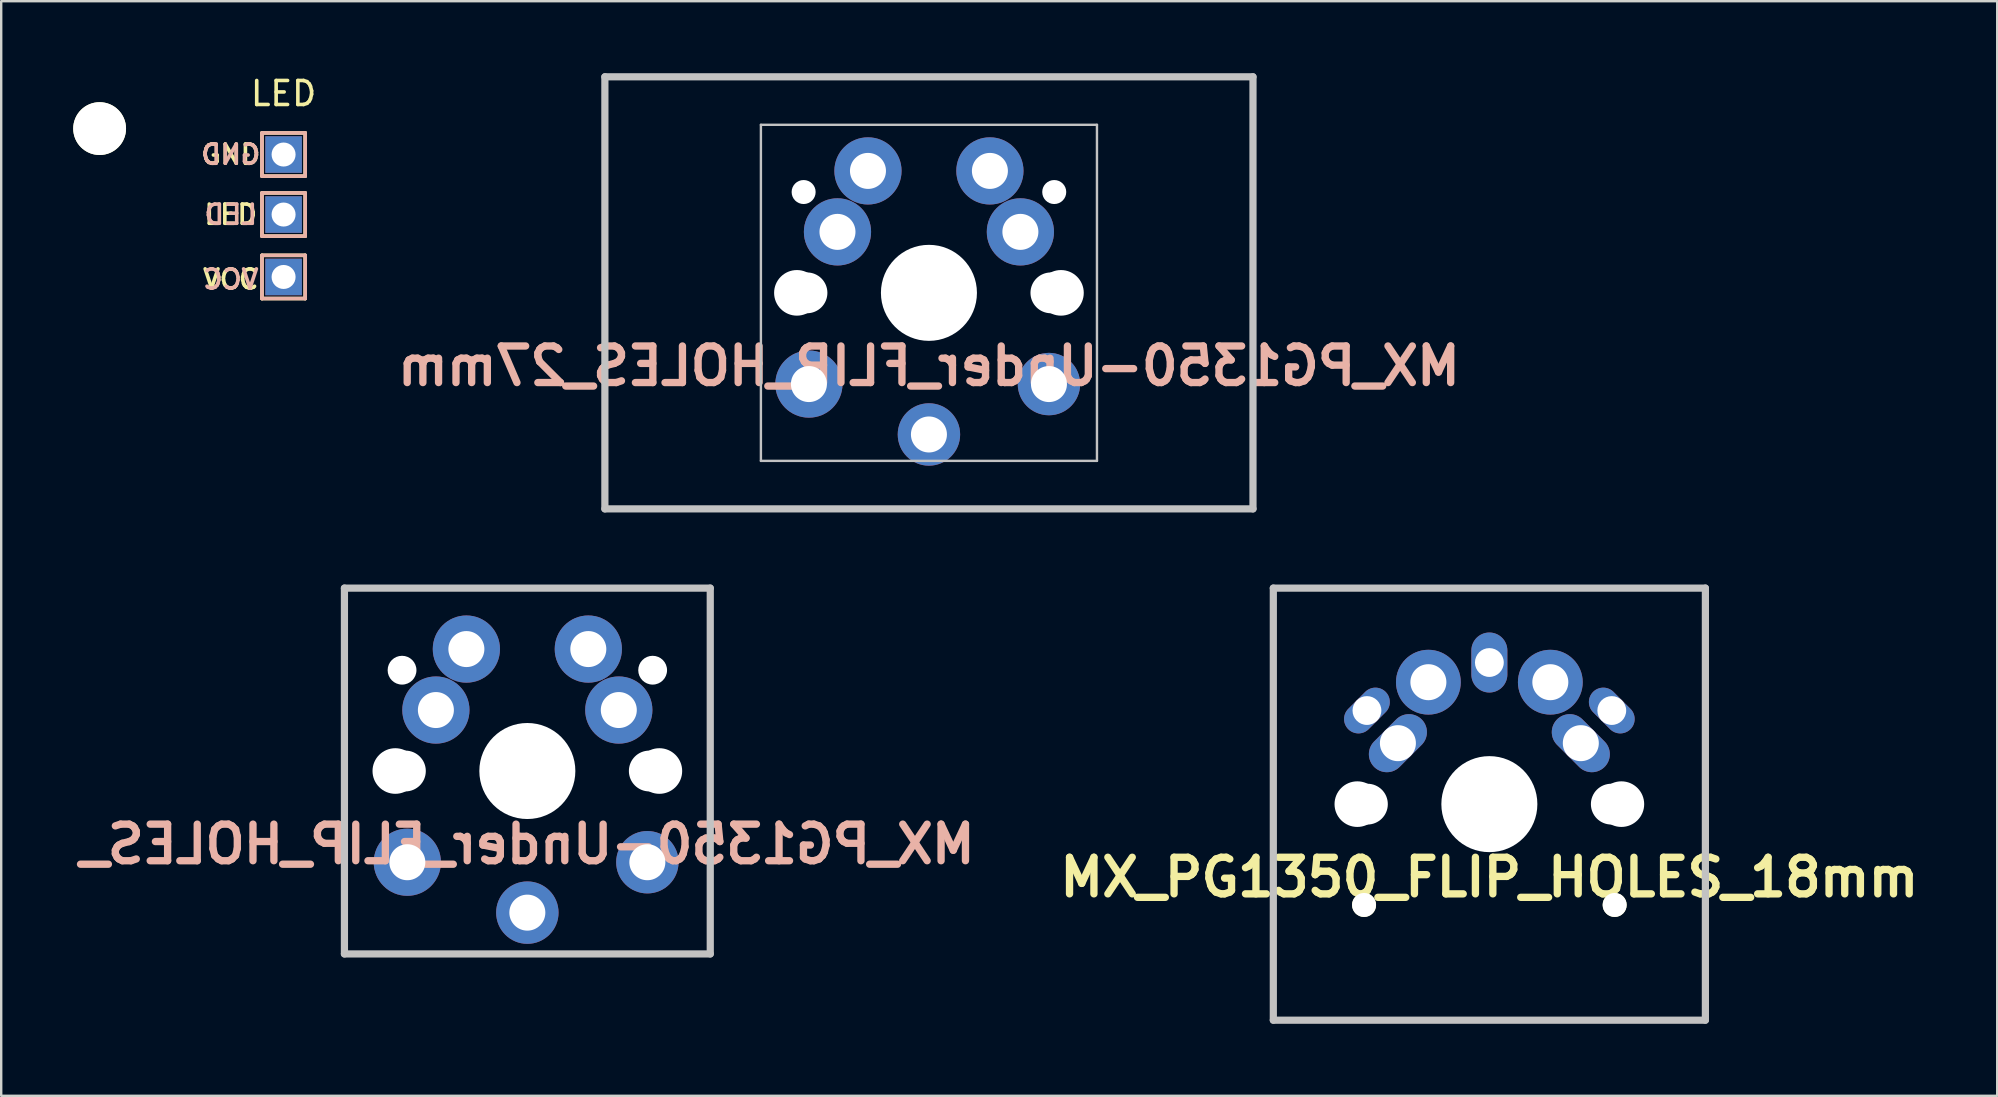
<source format=kicad_pcb>
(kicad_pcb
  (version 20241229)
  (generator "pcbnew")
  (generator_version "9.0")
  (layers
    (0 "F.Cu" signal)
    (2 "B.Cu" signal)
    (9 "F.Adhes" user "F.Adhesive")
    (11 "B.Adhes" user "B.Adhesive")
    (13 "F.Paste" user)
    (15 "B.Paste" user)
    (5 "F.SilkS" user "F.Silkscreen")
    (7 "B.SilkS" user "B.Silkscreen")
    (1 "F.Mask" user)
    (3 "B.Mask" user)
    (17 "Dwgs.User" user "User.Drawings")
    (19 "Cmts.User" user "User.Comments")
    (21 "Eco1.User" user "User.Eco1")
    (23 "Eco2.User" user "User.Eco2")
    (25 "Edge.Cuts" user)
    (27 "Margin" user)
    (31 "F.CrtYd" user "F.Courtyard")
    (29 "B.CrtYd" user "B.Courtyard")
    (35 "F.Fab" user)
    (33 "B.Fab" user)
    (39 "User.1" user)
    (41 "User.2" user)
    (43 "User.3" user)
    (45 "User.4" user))
  (footprint "MX_PG1350-Under_FLIP_HOLES_"
    (layer "F.Cu")
    (at 18.919 29.07)
    (property "Reference" "MX_PG1350-Under_FLIP_HOLES_" (at 0 3.048 0) (layer "B.SilkS") (effects (font (size 1.524 1.524) (thickness 0.305)) (justify mirror)))
    (attr through_hole)
    (fp_line (start -7.62 -7.62) (end 7.62 -7.62) (stroke (width 0.3) (type solid)) (layer "Dwgs.User"))
    (fp_line (start -7.62 7.62) (end -7.62 -7.62) (stroke (width 0.3) (type solid)) (layer "Dwgs.User"))
    (fp_line (start 7.62 -7.62) (end 7.62 7.62) (stroke (width 0.3) (type solid)) (layer "Dwgs.User"))
    (fp_line (start 7.62 7.62) (end -7.62 7.62) (stroke (width 0.3) (type solid)) (layer "Dwgs.User"))
    (pad "" np_thru_hole circle (at -5.5 0) (size 1.9 1.9) (drill 1.9) (layers "*.Cu" "*.Mask"))
    (pad "" np_thru_hole circle (at -5.22 -4.2) (size 1.2 1.2) (drill 1.2) (layers "*.Cu" "*.Mask"))
    (pad "" np_thru_hole circle (at -5.08 0) (size 1.7 1.7) (drill 1.7) (layers "*.Cu" "*.Mask"))
    (pad "" np_thru_hole circle (at 0 0) (size 4 4) (drill 4) (layers "*.Cu" "*.Mask"))
    (pad "" np_thru_hole circle (at 5.08 0) (size 1.7 1.7) (drill 1.7) (layers "*.Cu" "*.Mask"))
    (pad "" np_thru_hole circle (at 5.22 -4.2) (size 1.2 1.2) (drill 1.2) (layers "*.Cu" "*.Mask"))
    (pad "" np_thru_hole circle (at 5.5 0) (size 1.9 1.9) (drill 1.9) (layers "*.Cu" "*.Mask"))
    (pad "1" thru_hole circle (at -3.81 -2.54) (size 2.8 2.8) (drill 1.5) (layers "*.Cu" "*.Mask"))
    (pad "1" thru_hole circle (at -2.54 -5.08) (size 2.8 2.8) (drill 1.5) (layers "*.Cu" "*.Mask"))
    (pad "1" thru_hole circle (at 0 5.9) (size 2.6 2.6) (drill 1.5) (layers "*.Cu" "*.Mask"))
    (pad "2" thru_hole circle (at -5 3.8) (size 2.8 2.8) (drill 1.5) (layers "*.Cu" "*.Mask"))
    (pad "2" thru_hole circle (at 2.54 -5.08) (size 2.8 2.8) (drill 1.5) (layers "*.Cu" "*.Mask"))
    (pad "2" thru_hole circle (at 3.81 -2.54) (size 2.8 2.8) (drill 1.5) (layers "*.Cu" "*.Mask"))
    (pad "2" thru_hole circle (at 5 3.8) (size 2.6 2.6) (drill 1.5) (layers "*.Cu" "*.Mask")))
  (footprint "HOLE_M2"
    (layer "F.Cu")
    (at 1.1 2.307)
    (property "Reference" "HOLE_M2" (at 0 -2 0) (layer "Eco2.User") (effects (font (size 0.3 0.3) (thickness 0.075))))
    (attr through_hole)
    (pad "" np_thru_hole circle (at 0 0) (size 2.2 2.2) (drill 2.2) (layers "*.Cu" "*.Mask" "F.SilkS")))
  (footprint "MX_PG1350_FLIP_HOLES_18mm"
    (placed yes)
    (layer "F.Cu")
    (at 58.996 30.45)
    (property "Reference" "MX_PG1350_FLIP_HOLES_18mm" (at 0 3.048 0) (layer "F.SilkS") (effects (font (size 1.524 1.524) (thickness 0.305))))
    (attr through_hole)
    (fp_line (start -9 -9) (end 9 -9) (stroke (width 0.3) (type solid)) (layer "Dwgs.User"))
    (fp_line (start -9 9) (end -9 -9) (stroke (width 0.3) (type solid)) (layer "Dwgs.User"))
    (fp_line (start 9 -9) (end 9 9) (stroke (width 0.3) (type solid)) (layer "Dwgs.User"))
    (fp_line (start 9 9) (end -9 9) (stroke (width 0.3) (type solid)) (layer "Dwgs.User"))
    (pad "" np_thru_hole circle (at -5.5 0) (size 1.9 1.9) (drill 1.9) (layers "*.Cu" "*.Mask"))
    (pad "" np_thru_hole circle (at -5.22 4.2) (size 1 1) (drill 1) (layers "*.Cu" "*.Mask" "F.SilkS"))
    (pad "" np_thru_hole circle (at -5.08 0) (size 1.7 1.7) (drill 1.7) (layers "*.Cu" "*.Mask"))
    (pad "" np_thru_hole circle (at 0 0) (size 4 4) (drill 4) (layers "*.Cu" "*.Mask"))
    (pad "" np_thru_hole circle (at 5.08 0) (size 1.7 1.7) (drill 1.7) (layers "*.Cu" "*.Mask"))
    (pad "" np_thru_hole circle (at 5.22 4.2) (size 1 1) (drill 1) (layers "*.Cu" "*.Mask" "F.SilkS"))
    (pad "" np_thru_hole circle (at 5.5 0) (size 1.9 1.9) (drill 1.9) (layers "*.Cu" "*.Mask"))
    (pad "1" thru_hole oval (at -5.1 -3.9 45) (size 2.2 1.2) (drill oval 1.2) (layers "*.Cu" "*.Mask"))
    (pad "1" thru_hole oval (at -3.81 -2.54 45) (size 2.8 1.5) (drill oval 1.5) (layers "*.Cu" "*.Mask"))
    (pad "1" thru_hole circle (at -2.54 -5.08) (size 2.7 2.7) (drill 1.5) (layers "*.Cu" "*.Mask"))
    (pad "1" thru_hole oval (at 5.1 -3.9 315) (size 2.2 1.2) (drill oval 1.2) (layers "*.Cu" "*.Mask"))
    (pad "2" thru_hole oval (at 0 -5.9 90) (size 2.5 1.5) (drill 1.2) (layers "*.Cu" "*.Mask"))
    (pad "2" thru_hole circle (at 2.54 -5.08) (size 2.7 2.7) (drill 1.5) (layers "*.Cu" "*.Mask"))
    (pad "2" thru_hole oval (at 3.81 -2.54 315) (size 2.8 1.5) (drill 1.5) (layers "*.Cu" "*.Mask")))
  (footprint "MX_PG1350-Under_FLIP_HOLES_27mm"
    (layer "F.Cu")
    (at 35.649 9.15)
    (property "Reference" "MX_PG1350-Under_FLIP_HOLES_27mm" (at 0 3.048 0) (layer "B.SilkS") (effects (font (size 1.524 1.524) (thickness 0.305)) (justify mirror)))
    (attr through_hole)
    (fp_line (start -13.5 -9) (end 13.5 -9) (stroke (width 0.3) (type solid)) (layer "Dwgs.User"))
    (fp_line (start -13.5 9) (end -13.5 -9) (stroke (width 0.3) (type solid)) (layer "Dwgs.User"))
    (fp_line (start -7 -7) (end 7 -7) (stroke (width 0.1) (type solid)) (layer "Dwgs.User"))
    (fp_line (start -7 7) (end -7 -7) (stroke (width 0.1) (type solid)) (layer "Dwgs.User"))
    (fp_line (start 7 -7) (end 7 7) (stroke (width 0.1) (type solid)) (layer "Dwgs.User"))
    (fp_line (start 7 7) (end -7 7) (stroke (width 0.1) (type solid)) (layer "Dwgs.User"))
    (fp_line (start 13.5 -9) (end 13.5 9) (stroke (width 0.3) (type solid)) (layer "Dwgs.User"))
    (fp_line (start 13.5 9) (end -13.5 9) (stroke (width 0.3) (type solid)) (layer "Dwgs.User"))
    (pad "" np_thru_hole circle (at -5.5 0) (size 1.9 1.9) (drill 1.9) (layers "*.Cu" "*.Mask"))
    (pad "" np_thru_hole circle (at -5.22 -4.2) (size 1 1) (drill 1) (layers "*.Cu" "*.Mask"))
    (pad "" np_thru_hole circle (at -5.08 0) (size 1.7 1.7) (drill 1.7) (layers "*.Cu" "*.Mask"))
    (pad "" np_thru_hole circle (at 0 0) (size 4 4) (drill 4) (layers "*.Cu" "*.Mask"))
    (pad "" np_thru_hole circle (at 5.08 0) (size 1.7 1.7) (drill 1.7) (layers "*.Cu" "*.Mask"))
    (pad "" np_thru_hole circle (at 5.22 -4.2) (size 1 1) (drill 1) (layers "*.Cu" "*.Mask"))
    (pad "" np_thru_hole circle (at 5.5 0) (size 1.9 1.9) (drill 1.9) (layers "*.Cu" "*.Mask"))
    (pad "1" thru_hole circle (at -3.81 -2.54) (size 2.8 2.8) (drill 1.5) (layers "*.Cu" "*.Mask"))
    (pad "1" thru_hole circle (at -2.54 -5.08) (size 2.8 2.8) (drill 1.5) (layers "*.Cu" "*.Mask"))
    (pad "1" thru_hole circle (at 0 5.9) (size 2.6 2.6) (drill 1.5) (layers "*.Cu" "*.Mask"))
    (pad "2" thru_hole circle (at -5 3.8) (size 2.8 2.8) (drill 1.5) (layers "*.Cu" "*.Mask"))
    (pad "2" thru_hole circle (at 2.54 -5.08) (size 2.8 2.8) (drill 1.5) (layers "*.Cu" "*.Mask"))
    (pad "2" thru_hole circle (at 3.81 -2.54) (size 2.8 2.8) (drill 1.5) (layers "*.Cu" "*.Mask"))
    (pad "2" thru_hole circle (at 5 3.8) (size 2.6 2.6) (drill 1.5) (layers "*.Cu" "*.Mask")))
  (footprint "LED"
    (layer "F.Cu")
    (at 8.764 3.388)
    (property "Reference" "LED" (at 0 -2.54 0) (layer "F.SilkS") (effects (font (size 1 1) (thickness 0.15))))
    (attr through_hole)
    (fp_line (start -0.9 -0.9) (end 0.9 -0.9) (stroke (width 0.15) (type solid)) (layer "F.SilkS"))
    (fp_line (start -0.9 0.9) (end -0.9 -0.9) (stroke (width 0.15) (type solid)) (layer "F.SilkS"))
    (fp_line (start -0.9 1.6) (end -0.9 3.4) (stroke (width 0.15) (type solid)) (layer "F.SilkS"))
    (fp_line (start -0.9 1.6) (end 0.9 1.6) (stroke (width 0.15) (type solid)) (layer "F.SilkS"))
    (fp_line (start -0.9 4.2) (end -0.9 6) (stroke (width 0.15) (type solid)) (layer "F.SilkS"))
    (fp_line (start -0.9 4.2) (end 0.9 4.2) (stroke (width 0.15) (type solid)) (layer "F.SilkS"))
    (fp_line (start 0.9 -0.9) (end 0.9 0.9) (stroke (width 0.15) (type solid)) (layer "F.SilkS"))
    (fp_line (start 0.9 0.9) (end -0.9 0.9) (stroke (width 0.15) (type solid)) (layer "F.SilkS"))
    (fp_line (start 0.9 1.6) (end 0.9 3.4) (stroke (width 0.15) (type solid)) (layer "F.SilkS"))
    (fp_line (start 0.9 3.4) (end -0.9 3.4) (stroke (width 0.15) (type solid)) (layer "F.SilkS"))
    (fp_line (start 0.9 4.2) (end 0.9 6) (stroke (width 0.15) (type solid)) (layer "F.SilkS"))
    (fp_line (start 0.9 6) (end -0.9 6) (stroke (width 0.15) (type solid)) (layer "F.SilkS"))
    (fp_line (start -0.9 -0.9) (end 0.9 -0.9) (stroke (width 0.15) (type solid)) (layer "B.SilkS"))
    (fp_line (start -0.9 0.9) (end -0.9 -0.9) (stroke (width 0.15) (type solid)) (layer "B.SilkS"))
    (fp_line (start -0.9 1.6) (end 0.9 1.6) (stroke (width 0.15) (type solid)) (layer "B.SilkS"))
    (fp_line (start -0.9 3.4) (end -0.9 1.6) (stroke (width 0.15) (type solid)) (layer "B.SilkS"))
    (fp_line (start -0.9 4.2) (end 0.9 4.2) (stroke (width 0.15) (type solid)) (layer "B.SilkS"))
    (fp_line (start -0.9 6) (end -0.9 4.2) (stroke (width 0.15) (type solid)) (layer "B.SilkS"))
    (fp_line (start 0.9 -0.9) (end 0.9 0.9) (stroke (width 0.15) (type solid)) (layer "B.SilkS"))
    (fp_line (start 0.9 0.9) (end -0.9 0.9) (stroke (width 0.15) (type solid)) (layer "B.SilkS"))
    (fp_line (start 0.9 1.6) (end 0.9 3.4) (stroke (width 0.15) (type solid)) (layer "B.SilkS"))
    (fp_line (start 0.9 3.4) (end -0.9 3.4) (stroke (width 0.15) (type solid)) (layer "B.SilkS"))
    (fp_line (start 0.9 4.2) (end 0.9 6) (stroke (width 0.15) (type solid)) (layer "B.SilkS"))
    (fp_line (start 0.9 6) (end -0.9 6) (stroke (width 0.15) (type solid)) (layer "B.SilkS"))
    (fp_text user "GND" (at -2.2 0 0) (layer "F.SilkS") (effects (font (size 0.8 0.8) (thickness 0.15))))
    (fp_text user "VCC" (at -2.2 5.2 0) (layer "F.SilkS") (effects (font (size 0.8 0.8) (thickness 0.15))))
    (fp_text user "LED" (at -2.2 2.5 180) (layer "F.SilkS") (effects (font (size 0.8 0.8) (thickness 0.15))))
    (fp_text user "LED" (at -2.2 2.5 0) (layer "B.SilkS") (effects (font (size 0.8 0.8) (thickness 0.15)) (justify mirror)))
    (fp_text user "GND" (at -2.2 0 0) (layer "B.SilkS") (effects (font (size 0.8 0.8) (thickness 0.15)) (justify mirror)))
    (fp_text user "VCC" (at -2.2 5.2 0) (layer "B.SilkS") (effects (font (size 0.8 0.8) (thickness 0.15)) (justify mirror)))
    (pad "1" thru_hole rect (at 0 0 90) (size 1.524 1.524) (drill 1) (layers "*.Cu" "*.Mask"))
    (pad "2" thru_hole rect (at 0 2.5) (size 1.524 1.524) (drill 1) (layers "*.Cu" "*.Mask"))
    (pad "3" thru_hole rect (at 0 5.1) (size 1.524 1.524) (drill 1) (layers "*.Cu" "*.Mask")))
  (gr_rect
    (start -3 -3)
    (end 80.153 42.6)
    (stroke (width 0.1) (type default))
    (fill no)
    (layer "Edge.Cuts")))
</source>
